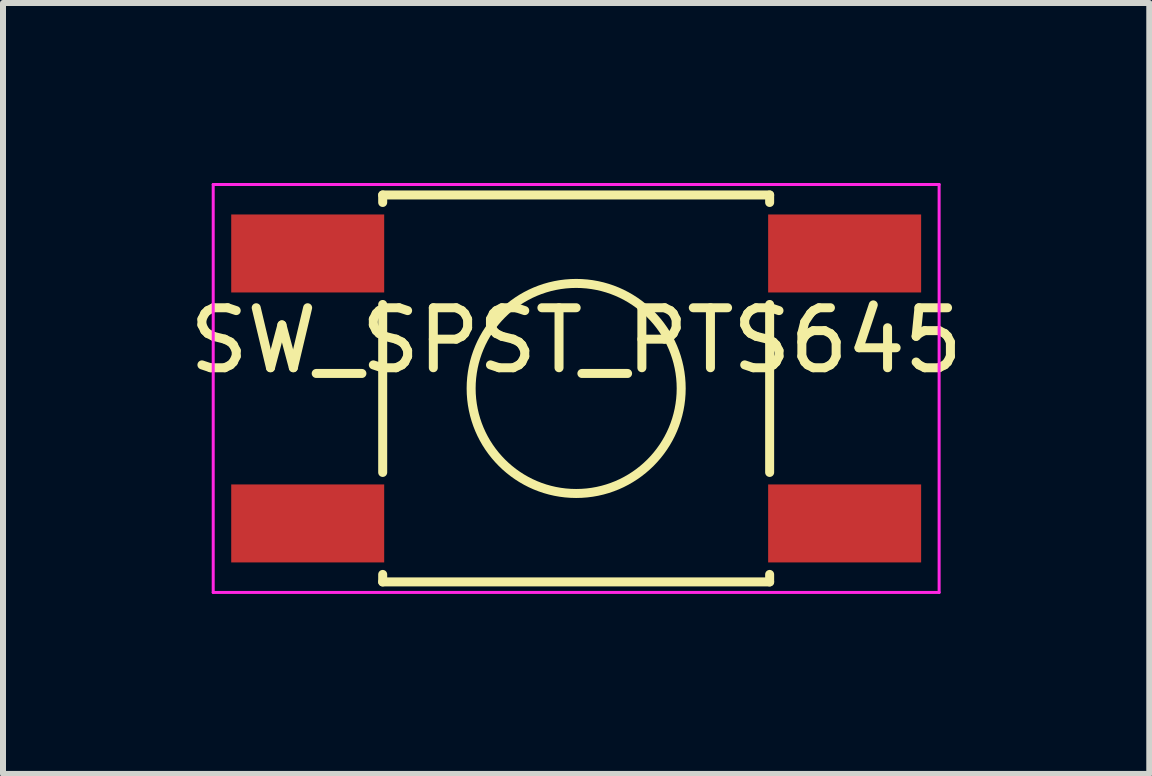
<source format=kicad_pcb>
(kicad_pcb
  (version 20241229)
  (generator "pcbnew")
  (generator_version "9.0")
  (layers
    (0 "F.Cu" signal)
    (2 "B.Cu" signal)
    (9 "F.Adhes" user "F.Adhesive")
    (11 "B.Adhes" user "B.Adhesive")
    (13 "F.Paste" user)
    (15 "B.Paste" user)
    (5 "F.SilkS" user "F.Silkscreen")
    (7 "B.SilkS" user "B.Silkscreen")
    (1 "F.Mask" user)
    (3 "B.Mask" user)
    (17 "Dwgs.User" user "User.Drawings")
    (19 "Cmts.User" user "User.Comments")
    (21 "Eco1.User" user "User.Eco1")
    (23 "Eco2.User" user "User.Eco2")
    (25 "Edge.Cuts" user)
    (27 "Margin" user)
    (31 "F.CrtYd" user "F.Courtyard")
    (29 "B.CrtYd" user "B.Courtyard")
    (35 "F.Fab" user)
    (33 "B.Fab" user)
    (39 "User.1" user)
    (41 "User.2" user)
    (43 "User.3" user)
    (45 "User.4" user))
  (footprint "SW_SPST_PTS645"
    (layer "F.Cu")
    (at 6.554 3.425)
    (property "Reference" "SW_SPST_PTS645" (at 0 -0.8 0) (layer "F.SilkS") (effects (font (size 1 1) (thickness 0.15))))
    (attr through_hole)
    (fp_line (start -3.225 -3.225) (end 3.225 -3.225) (stroke (width 0.15) (type solid)) (layer "F.SilkS"))
    (fp_line (start -3.225 -3.1) (end -3.225 -3.225) (stroke (width 0.15) (type solid)) (layer "F.SilkS"))
    (fp_line (start -3.225 -1.4) (end -3.225 1.4) (stroke (width 0.15) (type solid)) (layer "F.SilkS"))
    (fp_line (start -3.225 3.225) (end -3.225 3.1) (stroke (width 0.15) (type solid)) (layer "F.SilkS"))
    (fp_line (start -3.225 3.225) (end 3.225 3.225) (stroke (width 0.15) (type solid)) (layer "F.SilkS"))
    (fp_line (start 3.225 -3.225) (end 3.225 -3.1) (stroke (width 0.15) (type solid)) (layer "F.SilkS"))
    (fp_line (start 3.225 -1.4) (end 3.225 1.4) (stroke (width 0.15) (type solid)) (layer "F.SilkS"))
    (fp_line (start 3.225 3.225) (end 3.225 3.1) (stroke (width 0.15) (type solid)) (layer "F.SilkS"))
    (fp_circle (center 0 0) (end 1.75 -0.05) (stroke (width 0.15) (type solid)) (fill no) (layer "F.SilkS"))
    (fp_line (start -6.05 -3.4) (end -6.05 3.4) (stroke (width 0.05) (type solid)) (layer "F.CrtYd"))
    (fp_line (start -6.05 -3.4) (end 6.05 -3.4) (stroke (width 0.05) (type solid)) (layer "F.CrtYd"))
    (fp_line (start -6.05 3.4) (end 6.05 3.4) (stroke (width 0.05) (type solid)) (layer "F.CrtYd"))
    (fp_line (start 6.05 3.4) (end 6.05 -3.4) (stroke (width 0.05) (type solid)) (layer "F.CrtYd"))
    (pad "1" smd rect (at -4.475 -2.25) (size 2.55 1.3) (layers "F.Cu" "F.Mask" "F.Paste"))
    (pad "1" smd rect (at 4.475 -2.25) (size 2.55 1.3) (layers "F.Cu" "F.Mask" "F.Paste"))
    (pad "2" smd rect (at -4.475 2.25) (size 2.55 1.3) (layers "F.Cu" "F.Mask" "F.Paste"))
    (pad "2" smd rect (at 4.475 2.25) (size 2.55 1.3) (layers "F.Cu" "F.Mask" "F.Paste")))
  (gr_rect
    (start -3 -3)
    (end 16.107 9.85)
    (stroke (width 0.1) (type default))
    (fill no)
    (layer "Edge.Cuts")))
</source>
